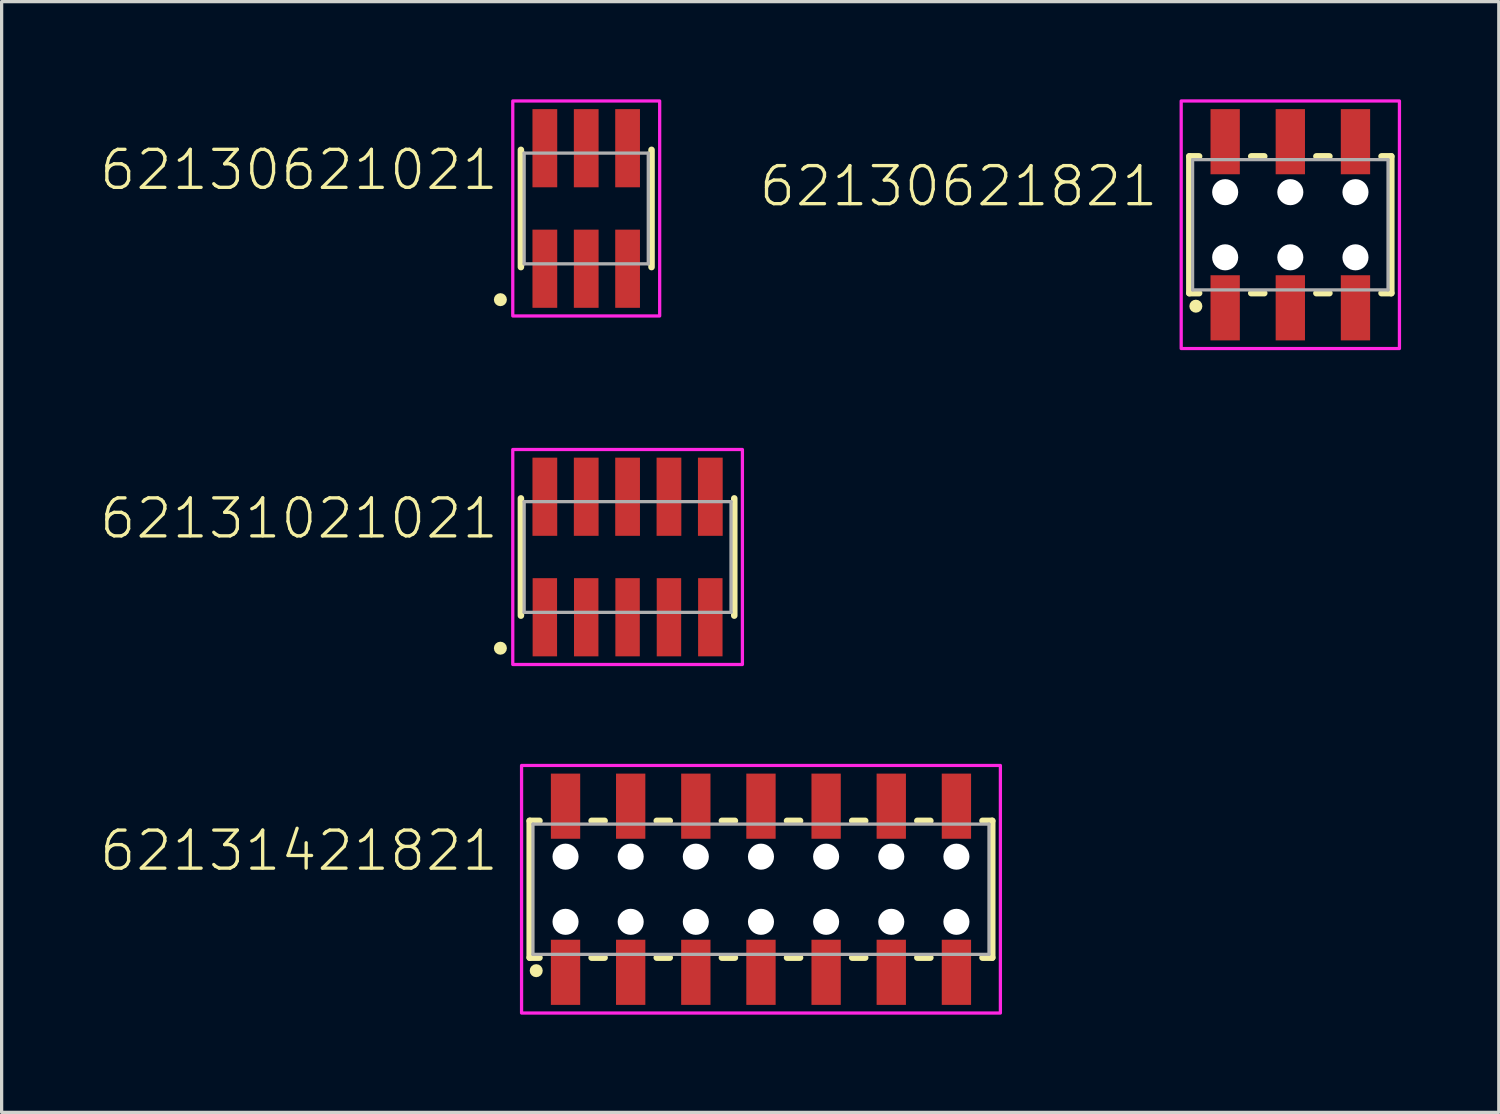
<source format=kicad_pcb>
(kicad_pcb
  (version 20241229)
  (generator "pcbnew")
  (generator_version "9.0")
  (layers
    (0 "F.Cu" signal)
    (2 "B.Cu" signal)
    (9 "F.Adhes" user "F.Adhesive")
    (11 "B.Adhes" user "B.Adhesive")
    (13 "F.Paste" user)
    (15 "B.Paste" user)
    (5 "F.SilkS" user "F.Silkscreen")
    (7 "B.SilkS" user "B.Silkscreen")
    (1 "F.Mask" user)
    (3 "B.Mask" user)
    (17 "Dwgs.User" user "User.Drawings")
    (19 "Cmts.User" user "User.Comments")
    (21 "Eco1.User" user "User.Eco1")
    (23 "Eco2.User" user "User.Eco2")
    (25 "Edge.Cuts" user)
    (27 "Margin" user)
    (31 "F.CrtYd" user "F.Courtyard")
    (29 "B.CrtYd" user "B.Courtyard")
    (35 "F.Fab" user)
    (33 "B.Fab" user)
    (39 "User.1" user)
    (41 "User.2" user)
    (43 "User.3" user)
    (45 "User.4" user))
  (footprint "62131021021"
    (layer "F.Cu")
    (at 16.217 14.05)
    (property "Reference" "62131021021" (at -3.905 -0.5 0) (unlocked yes) (layer "F.SilkS") (effects (font (size 1.168 1.168) (thickness 0.102)) (justify right bottom)))
    (fp_line (start -3.275 -1.8) (end -3.275 1.8) (stroke (width 0.2) (type solid)) (layer "F.SilkS"))
    (fp_line (start 3.275 1.8) (end 3.275 -1.8) (stroke (width 0.2) (type solid)) (layer "F.SilkS"))
    (fp_circle (center -3.905 2.8) (end -3.805 2.8) (stroke (width 0.2) (type solid)) (fill no) (layer "F.SilkS"))
    (fp_poly (pts (xy 3.525 3.3) (xy -3.525 3.3) (xy -3.525 -3.3) (xy 3.525 -3.3)) (stroke (width 0.1) (type default)) (fill no) (layer "F.CrtYd"))
    (fp_line (start -3.175 -1.7) (end -3.175 1.7) (stroke (width 0.1) (type solid)) (layer "F.Fab"))
    (fp_line (start -3.175 1.7) (end 3.175 1.7) (stroke (width 0.1) (type solid)) (layer "F.Fab"))
    (fp_line (start 3.175 -1.7) (end -3.175 -1.7) (stroke (width 0.1) (type solid)) (layer "F.Fab"))
    (fp_line (start 3.175 1.7) (end 3.175 -1.7) (stroke (width 0.1) (type solid)) (layer "F.Fab"))
    (pad "1" smd rect (at -2.54 1.85) (size 0.75 2.4) (layers "F.Cu" "F.Mask" "F.Paste"))
    (pad "2" smd rect (at -2.54 -1.85) (size 0.76 2.4) (layers "F.Cu" "F.Mask" "F.Paste"))
    (pad "3" smd rect (at -1.27 1.85) (size 0.75 2.4) (layers "F.Cu" "F.Mask" "F.Paste"))
    (pad "4" smd rect (at -1.27 -1.85) (size 0.76 2.4) (layers "F.Cu" "F.Mask" "F.Paste"))
    (pad "5" smd rect (at 0 1.85) (size 0.75 2.4) (layers "F.Cu" "F.Mask" "F.Paste"))
    (pad "6" smd rect (at 0 -1.85) (size 0.76 2.4) (layers "F.Cu" "F.Mask" "F.Paste"))
    (pad "7" smd rect (at 1.27 1.85) (size 0.75 2.4) (layers "F.Cu" "F.Mask" "F.Paste"))
    (pad "8" smd rect (at 1.27 -1.85) (size 0.76 2.4) (layers "F.Cu" "F.Mask" "F.Paste"))
    (pad "9" smd rect (at 2.54 1.85) (size 0.75 2.4) (layers "F.Cu" "F.Mask" "F.Paste"))
    (pad "10" smd rect (at 2.54 -1.85) (size 0.76 2.4) (layers "F.Cu" "F.Mask" "F.Paste")))
  (footprint "62130621021"
    (layer "F.Cu")
    (at 14.947 3.35)
    (property "Reference" "62130621021" (at -2.635 -0.5 0) (unlocked yes) (layer "F.SilkS") (effects (font (size 1.168 1.168) (thickness 0.102)) (justify right bottom)))
    (fp_line (start -2.005 -1.8) (end -2.005 1.8) (stroke (width 0.2) (type solid)) (layer "F.SilkS"))
    (fp_line (start 2.005 1.8) (end 2.005 -1.8) (stroke (width 0.2) (type solid)) (layer "F.SilkS"))
    (fp_circle (center -2.635 2.8) (end -2.535 2.8) (stroke (width 0.2) (type solid)) (fill no) (layer "F.SilkS"))
    (fp_poly (pts (xy 2.255 3.3) (xy -2.255 3.3) (xy -2.255 -3.3) (xy 2.255 -3.3)) (stroke (width 0.1) (type default)) (fill no) (layer "F.CrtYd"))
    (fp_line (start -1.905 -1.7) (end -1.905 1.7) (stroke (width 0.1) (type solid)) (layer "F.Fab"))
    (fp_line (start -1.905 1.7) (end 1.905 1.7) (stroke (width 0.1) (type solid)) (layer "F.Fab"))
    (fp_line (start 1.905 -1.7) (end -1.905 -1.7) (stroke (width 0.1) (type solid)) (layer "F.Fab"))
    (fp_line (start 1.905 1.7) (end 1.905 -1.7) (stroke (width 0.1) (type solid)) (layer "F.Fab"))
    (pad "1" smd rect (at -1.27 1.85) (size 0.76 2.4) (layers "F.Cu" "F.Mask" "F.Paste"))
    (pad "2" smd rect (at -1.27 -1.85) (size 0.76 2.4) (layers "F.Cu" "F.Mask" "F.Paste"))
    (pad "3" smd rect (at 0 1.85) (size 0.76 2.4) (layers "F.Cu" "F.Mask" "F.Paste"))
    (pad "4" smd rect (at 0 -1.85) (size 0.76 2.4) (layers "F.Cu" "F.Mask" "F.Paste"))
    (pad "5" smd rect (at 1.27 1.85) (size 0.76 2.4) (layers "F.Cu" "F.Mask" "F.Paste"))
    (pad "6" smd rect (at 1.27 -1.85) (size 0.76 2.4) (layers "F.Cu" "F.Mask" "F.Paste")))
  (footprint "62131421821"
    (layer "F.Cu")
    (at 20.312 24.25)
    (property "Reference" "62131421821" (at -8 -0.5 0) (unlocked yes) (layer "F.SilkS") (effects (font (size 1.168 1.168) (thickness 0.102)) (justify right bottom)))
    (fp_line (start -7.1 -2.1) (end -7.1 2.1) (stroke (width 0.2) (type solid)) (layer "F.SilkS"))
    (fp_line (start -7.1 2.1) (end -6.8 2.1) (stroke (width 0.2) (type solid)) (layer "F.SilkS"))
    (fp_line (start -6.8 -2.1) (end -7.1 -2.1) (stroke (width 0.2) (type solid)) (layer "F.SilkS"))
    (fp_line (start -5.2 -2.1) (end -4.8 -2.1) (stroke (width 0.2) (type solid)) (layer "F.SilkS"))
    (fp_line (start -5.2 2.1) (end -4.8 2.1) (stroke (width 0.2) (type solid)) (layer "F.SilkS"))
    (fp_line (start -3.2 -2.1) (end -2.8 -2.1) (stroke (width 0.2) (type solid)) (layer "F.SilkS"))
    (fp_line (start -3.2 2.1) (end -2.8 2.1) (stroke (width 0.2) (type solid)) (layer "F.SilkS"))
    (fp_line (start -1.2 -2.1) (end -0.8 -2.1) (stroke (width 0.2) (type solid)) (layer "F.SilkS"))
    (fp_line (start -1.2 2.1) (end -0.8 2.1) (stroke (width 0.2) (type solid)) (layer "F.SilkS"))
    (fp_line (start 0.8 -2.1) (end 1.2 -2.1) (stroke (width 0.2) (type solid)) (layer "F.SilkS"))
    (fp_line (start 0.8 2.1) (end 1.2 2.1) (stroke (width 0.2) (type solid)) (layer "F.SilkS"))
    (fp_line (start 2.8 -2.1) (end 3.2 -2.1) (stroke (width 0.2) (type solid)) (layer "F.SilkS"))
    (fp_line (start 2.8 2.1) (end 3.2 2.1) (stroke (width 0.2) (type solid)) (layer "F.SilkS"))
    (fp_line (start 4.8 -2.1) (end 5.2 -2.1) (stroke (width 0.2) (type solid)) (layer "F.SilkS"))
    (fp_line (start 4.8 2.1) (end 5.2 2.1) (stroke (width 0.2) (type solid)) (layer "F.SilkS"))
    (fp_line (start 6.8 -2.1) (end 7.1 -2.1) (stroke (width 0.2) (type solid)) (layer "F.SilkS"))
    (fp_line (start 7.1 -2.1) (end 7.1 2.1) (stroke (width 0.2) (type solid)) (layer "F.SilkS"))
    (fp_line (start 7.1 2.1) (end 6.8 2.1) (stroke (width 0.2) (type solid)) (layer "F.SilkS"))
    (fp_circle (center -6.9 2.5) (end -6.8 2.5) (stroke (width 0.2) (type solid)) (fill no) (layer "F.SilkS"))
    (fp_poly (pts (xy 7.35 3.8) (xy -7.35 3.8) (xy -7.35 -3.8) (xy 7.35 -3.8)) (stroke (width 0.1) (type default)) (fill no) (layer "F.CrtYd"))
    (fp_line (start -7 -2) (end 7 -2) (stroke (width 0.1) (type solid)) (layer "F.Fab"))
    (fp_line (start -7 2) (end -7 -2) (stroke (width 0.1) (type solid)) (layer "F.Fab"))
    (fp_line (start 7 -2) (end 7 2) (stroke (width 0.1) (type solid)) (layer "F.Fab"))
    (fp_line (start 7 2) (end -7 2) (stroke (width 0.1) (type solid)) (layer "F.Fab"))
    (pad "" np_thru_hole circle (at -6 -1) (size 0.8 0.8) (drill 0.8) (layers "*.Cu" "*.Mask"))
    (pad "" np_thru_hole circle (at -6 1) (size 0.8 0.8) (drill 0.8) (layers "*.Cu" "*.Mask"))
    (pad "" np_thru_hole circle (at -4 -1) (size 0.8 0.8) (drill 0.8) (layers "*.Cu" "*.Mask"))
    (pad "" np_thru_hole circle (at -4 1) (size 0.8 0.8) (drill 0.8) (layers "*.Cu" "*.Mask"))
    (pad "" np_thru_hole circle (at -2 -1) (size 0.8 0.8) (drill 0.8) (layers "*.Cu" "*.Mask"))
    (pad "" np_thru_hole circle (at -2 1) (size 0.8 0.8) (drill 0.8) (layers "*.Cu" "*.Mask"))
    (pad "" np_thru_hole circle (at 0 -1) (size 0.8 0.8) (drill 0.8) (layers "*.Cu" "*.Mask"))
    (pad "" np_thru_hole circle (at 0 1) (size 0.8 0.8) (drill 0.8) (layers "*.Cu" "*.Mask"))
    (pad "" np_thru_hole circle (at 2 -1) (size 0.8 0.8) (drill 0.8) (layers "*.Cu" "*.Mask"))
    (pad "" np_thru_hole circle (at 2 1) (size 0.8 0.8) (drill 0.8) (layers "*.Cu" "*.Mask"))
    (pad "" np_thru_hole circle (at 4 -1) (size 0.8 0.8) (drill 0.8) (layers "*.Cu" "*.Mask"))
    (pad "" np_thru_hole circle (at 4 1) (size 0.8 0.8) (drill 0.8) (layers "*.Cu" "*.Mask"))
    (pad "" np_thru_hole circle (at 6 -1) (size 0.8 0.8) (drill 0.8) (layers "*.Cu" "*.Mask"))
    (pad "" np_thru_hole circle (at 6 1) (size 0.8 0.8) (drill 0.8) (layers "*.Cu" "*.Mask"))
    (pad "1" smd rect (at -6 2.55) (size 0.9 2) (layers "F.Cu" "F.Mask" "F.Paste"))
    (pad "2" smd rect (at -6 -2.55) (size 0.9 2) (layers "F.Cu" "F.Mask" "F.Paste"))
    (pad "3" smd rect (at -4 2.55) (size 0.9 2) (layers "F.Cu" "F.Mask" "F.Paste"))
    (pad "4" smd rect (at -4 -2.55) (size 0.9 2) (layers "F.Cu" "F.Mask" "F.Paste"))
    (pad "5" smd rect (at -2 2.55) (size 0.9 2) (layers "F.Cu" "F.Mask" "F.Paste"))
    (pad "6" smd rect (at -2 -2.55) (size 0.9 2) (layers "F.Cu" "F.Mask" "F.Paste"))
    (pad "7" smd rect (at 0 2.55) (size 0.9 2) (layers "F.Cu" "F.Mask" "F.Paste"))
    (pad "8" smd rect (at 0 -2.55) (size 0.9 2) (layers "F.Cu" "F.Mask" "F.Paste"))
    (pad "9" smd rect (at 2 2.55) (size 0.9 2) (layers "F.Cu" "F.Mask" "F.Paste"))
    (pad "10" smd rect (at 2 -2.55) (size 0.9 2) (layers "F.Cu" "F.Mask" "F.Paste"))
    (pad "11" smd rect (at 4 2.55) (size 0.9 2) (layers "F.Cu" "F.Mask" "F.Paste"))
    (pad "12" smd rect (at 4 -2.55) (size 0.9 2) (layers "F.Cu" "F.Mask" "F.Paste"))
    (pad "13" smd rect (at 6 2.55) (size 0.9 2) (layers "F.Cu" "F.Mask" "F.Paste"))
    (pad "14" smd rect (at 6 -2.55) (size 0.9 2) (layers "F.Cu" "F.Mask" "F.Paste")))
  (footprint "62130621821"
    (layer "F.Cu")
    (at 36.563 3.85)
    (property "Reference" "62130621821" (at -4 -0.5 0) (unlocked yes) (layer "F.SilkS") (effects (font (size 1.168 1.168) (thickness 0.102)) (justify right bottom)))
    (fp_line (start -3.1 -2.1) (end -3.1 2.1) (stroke (width 0.2) (type solid)) (layer "F.SilkS"))
    (fp_line (start -3.1 2.1) (end -2.8 2.1) (stroke (width 0.2) (type solid)) (layer "F.SilkS"))
    (fp_line (start -2.8 -2.1) (end -3.1 -2.1) (stroke (width 0.2) (type solid)) (layer "F.SilkS"))
    (fp_line (start -1.2 -2.1) (end -0.8 -2.1) (stroke (width 0.2) (type solid)) (layer "F.SilkS"))
    (fp_line (start -1.2 2.1) (end -0.8 2.1) (stroke (width 0.2) (type solid)) (layer "F.SilkS"))
    (fp_line (start 0.8 -2.1) (end 1.2 -2.1) (stroke (width 0.2) (type solid)) (layer "F.SilkS"))
    (fp_line (start 0.8 2.1) (end 1.2 2.1) (stroke (width 0.2) (type solid)) (layer "F.SilkS"))
    (fp_line (start 2.8 -2.1) (end 3.1 -2.1) (stroke (width 0.2) (type solid)) (layer "F.SilkS"))
    (fp_line (start 3.1 -2.1) (end 3.1 2.1) (stroke (width 0.2) (type solid)) (layer "F.SilkS"))
    (fp_line (start 3.1 2.1) (end 2.8 2.1) (stroke (width 0.2) (type solid)) (layer "F.SilkS"))
    (fp_circle (center -2.9 2.5) (end -2.8 2.5) (stroke (width 0.2) (type solid)) (fill no) (layer "F.SilkS"))
    (fp_poly (pts (xy 3.35 3.8) (xy -3.35 3.8) (xy -3.35 -3.8) (xy 3.35 -3.8)) (stroke (width 0.1) (type default)) (fill no) (layer "F.CrtYd"))
    (fp_line (start -3 -2) (end 3 -2) (stroke (width 0.1) (type solid)) (layer "F.Fab"))
    (fp_line (start -3 2) (end -3 -2) (stroke (width 0.1) (type solid)) (layer "F.Fab"))
    (fp_line (start 3 -2) (end 3 2) (stroke (width 0.1) (type solid)) (layer "F.Fab"))
    (fp_line (start 3 2) (end -3 2) (stroke (width 0.1) (type solid)) (layer "F.Fab"))
    (pad "" np_thru_hole circle (at -2 -1) (size 0.8 0.8) (drill 0.8) (layers "*.Cu" "*.Mask"))
    (pad "" np_thru_hole circle (at -2 1) (size 0.8 0.8) (drill 0.8) (layers "*.Cu" "*.Mask"))
    (pad "" np_thru_hole circle (at 0 -1) (size 0.8 0.8) (drill 0.8) (layers "*.Cu" "*.Mask"))
    (pad "" np_thru_hole circle (at 0 1) (size 0.8 0.8) (drill 0.8) (layers "*.Cu" "*.Mask"))
    (pad "" np_thru_hole circle (at 2 -1) (size 0.8 0.8) (drill 0.8) (layers "*.Cu" "*.Mask"))
    (pad "" np_thru_hole circle (at 2 1) (size 0.8 0.8) (drill 0.8) (layers "*.Cu" "*.Mask"))
    (pad "1" smd rect (at -2 2.55) (size 0.9 2) (layers "F.Cu" "F.Mask" "F.Paste"))
    (pad "2" smd rect (at -2 -2.55) (size 0.9 2) (layers "F.Cu" "F.Mask" "F.Paste"))
    (pad "3" smd rect (at 0 2.55) (size 0.9 2) (layers "F.Cu" "F.Mask" "F.Paste"))
    (pad "4" smd rect (at 0 -2.55) (size 0.9 2) (layers "F.Cu" "F.Mask" "F.Paste"))
    (pad "5" smd rect (at 2 2.55) (size 0.9 2) (layers "F.Cu" "F.Mask" "F.Paste"))
    (pad "6" smd rect (at 2 -2.55) (size 0.9 2) (layers "F.Cu" "F.Mask" "F.Paste")))
  (gr_rect
    (start -3 -3)
    (end 42.963 31.1)
    (stroke (width 0.1) (type default))
    (fill no)
    (layer "Edge.Cuts")))
</source>
